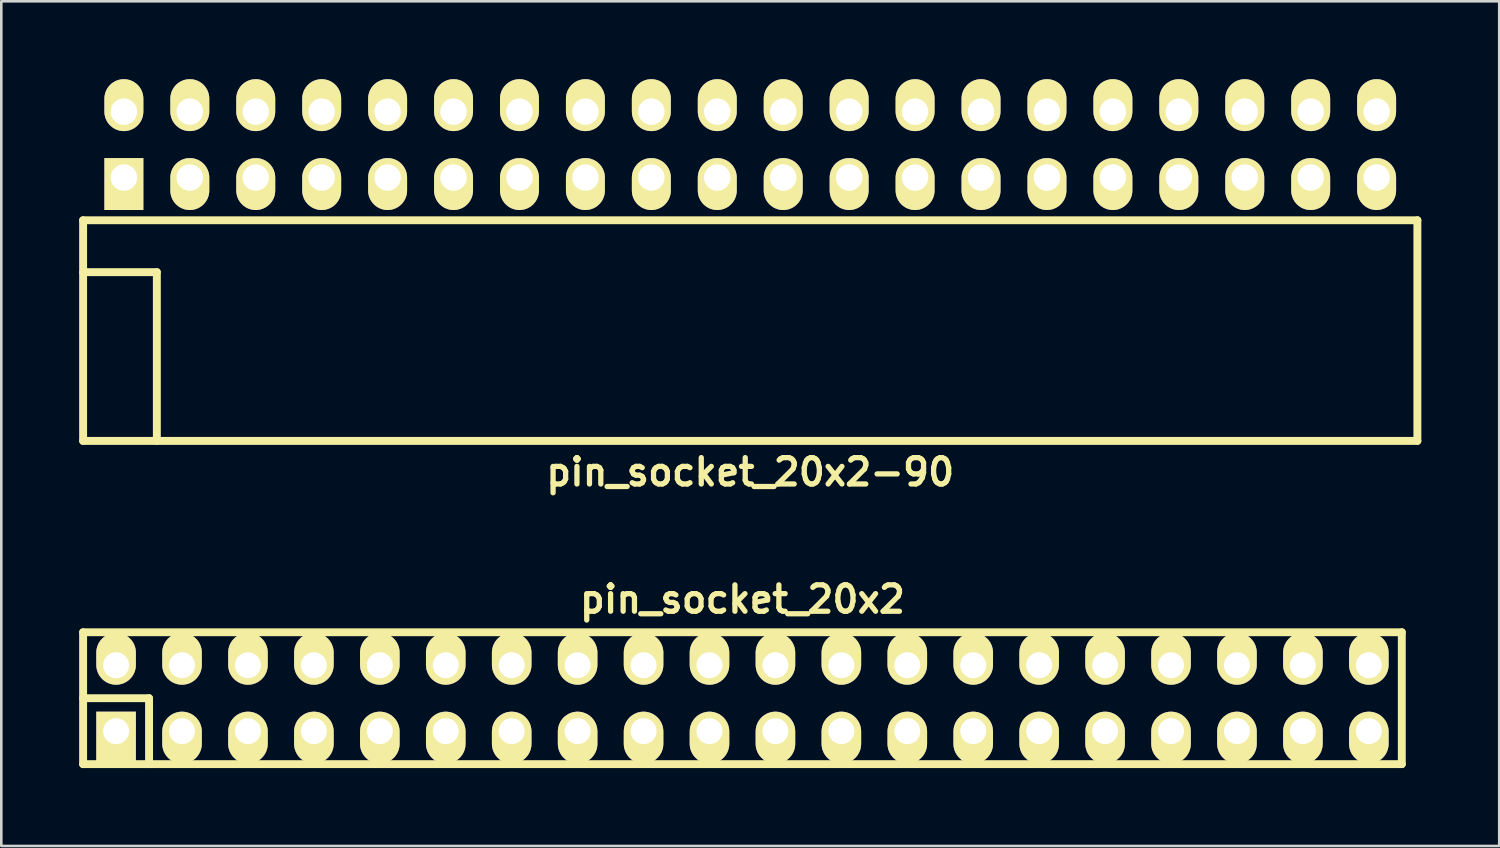
<source format=kicad_pcb>
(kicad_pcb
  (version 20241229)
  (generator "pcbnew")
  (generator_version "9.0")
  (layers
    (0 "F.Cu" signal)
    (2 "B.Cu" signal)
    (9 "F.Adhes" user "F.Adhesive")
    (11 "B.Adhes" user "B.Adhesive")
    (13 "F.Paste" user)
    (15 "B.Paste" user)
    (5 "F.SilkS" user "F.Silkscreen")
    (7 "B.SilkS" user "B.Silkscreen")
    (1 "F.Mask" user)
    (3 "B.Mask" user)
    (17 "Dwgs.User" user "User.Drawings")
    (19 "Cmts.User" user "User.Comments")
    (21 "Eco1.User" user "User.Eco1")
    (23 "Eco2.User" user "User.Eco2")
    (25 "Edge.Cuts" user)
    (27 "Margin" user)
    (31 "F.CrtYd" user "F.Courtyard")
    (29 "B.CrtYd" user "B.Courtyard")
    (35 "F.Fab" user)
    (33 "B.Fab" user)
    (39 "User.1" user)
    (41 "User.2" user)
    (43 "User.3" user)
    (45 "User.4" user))
  (footprint "pin_socket_20x2-90"
    (layer "F.Cu")
    (at 25.852 7.435)
    (property "Reference" "pin_socket_20x2-90" (at 0 7.7 0) (layer "F.SilkS") (effects (font (size 1.016 1.016) (thickness 0.203))))
    (attr through_hole)
    (fp_line (start -25.7 -2) (end -25.7 6.5) (stroke (width 0.305) (type solid)) (layer "F.SilkS"))
    (fp_line (start -25.7 -2) (end 25.7 -2) (stroke (width 0.305) (type solid)) (layer "F.SilkS"))
    (fp_line (start -25.7 0) (end -22.86 0) (stroke (width 0.305) (type solid)) (layer "F.SilkS"))
    (fp_line (start -25.7 6.5) (end 25.7 6.5) (stroke (width 0.305) (type solid)) (layer "F.SilkS"))
    (fp_line (start -22.86 0) (end -22.86 6.5) (stroke (width 0.305) (type solid)) (layer "F.SilkS"))
    (fp_line (start 25.7 -2) (end 25.7 6.5) (stroke (width 0.305) (type solid)) (layer "F.SilkS"))
    (pad "1" thru_hole rect (at -24.13 -3.645) (size 1.5 2) (drill 1.02 (offset 0 0.25)) (layers "*.Cu" "*.Mask" "F.SilkS"))
    (pad "2" thru_hole oval (at -24.13 -6.185) (size 1.5 2) (drill 1.02 (offset 0 -0.25)) (layers "*.Cu" "*.Mask" "F.SilkS"))
    (pad "3" thru_hole oval (at -21.59 -3.645) (size 1.5 2) (drill 1.02 (offset 0 0.25)) (layers "*.Cu" "*.Mask" "F.SilkS"))
    (pad "4" thru_hole oval (at -21.59 -6.185) (size 1.5 2) (drill 1.02 (offset 0 -0.25)) (layers "*.Cu" "*.Mask" "F.SilkS"))
    (pad "5" thru_hole oval (at -19.05 -3.645) (size 1.5 2) (drill 1.02 (offset 0 0.25)) (layers "*.Cu" "*.Mask" "F.SilkS"))
    (pad "6" thru_hole oval (at -19.05 -6.185) (size 1.5 2) (drill 1.02 (offset 0 -0.25)) (layers "*.Cu" "*.Mask" "F.SilkS"))
    (pad "7" thru_hole oval (at -16.51 -3.645) (size 1.5 2) (drill 1.02 (offset 0 0.25)) (layers "*.Cu" "*.Mask" "F.SilkS"))
    (pad "8" thru_hole oval (at -16.51 -6.185) (size 1.5 2) (drill 1.02 (offset 0 -0.25)) (layers "*.Cu" "*.Mask" "F.SilkS"))
    (pad "9" thru_hole oval (at -13.97 -3.645) (size 1.5 2) (drill 1.02 (offset 0 0.25)) (layers "*.Cu" "*.Mask" "F.SilkS"))
    (pad "10" thru_hole oval (at -13.97 -6.185) (size 1.5 2) (drill 1.02 (offset 0 -0.25)) (layers "*.Cu" "*.Mask" "F.SilkS"))
    (pad "11" thru_hole oval (at -11.43 -3.645) (size 1.5 2) (drill 1.02 (offset 0 0.25)) (layers "*.Cu" "*.Mask" "F.SilkS"))
    (pad "12" thru_hole oval (at -11.43 -6.185) (size 1.5 2) (drill 1.02 (offset 0 -0.25)) (layers "*.Cu" "*.Mask" "F.SilkS"))
    (pad "13" thru_hole oval (at -8.89 -3.645) (size 1.5 2) (drill 1.02 (offset 0 0.25)) (layers "*.Cu" "*.Mask" "F.SilkS"))
    (pad "14" thru_hole oval (at -8.89 -6.185) (size 1.5 2) (drill 1.02 (offset 0 -0.25)) (layers "*.Cu" "*.Mask" "F.SilkS"))
    (pad "15" thru_hole oval (at -6.35 -3.645) (size 1.5 2) (drill 1.02 (offset 0 0.25)) (layers "*.Cu" "*.Mask" "F.SilkS"))
    (pad "16" thru_hole oval (at -6.35 -6.185) (size 1.5 2) (drill 1.02 (offset 0 -0.25)) (layers "*.Cu" "*.Mask" "F.SilkS"))
    (pad "17" thru_hole oval (at -3.81 -3.645) (size 1.5 2) (drill 1.02 (offset 0 0.25)) (layers "*.Cu" "*.Mask" "F.SilkS"))
    (pad "18" thru_hole oval (at -3.81 -6.185) (size 1.5 2) (drill 1.02 (offset 0 -0.25)) (layers "*.Cu" "*.Mask" "F.SilkS"))
    (pad "19" thru_hole oval (at -1.27 -3.645) (size 1.5 2) (drill 1.02 (offset 0 0.25)) (layers "*.Cu" "*.Mask" "F.SilkS"))
    (pad "20" thru_hole oval (at -1.27 -6.185) (size 1.5 2) (drill 1.02 (offset 0 -0.25)) (layers "*.Cu" "*.Mask" "F.SilkS"))
    (pad "21" thru_hole oval (at 1.27 -3.645) (size 1.5 2) (drill 1.02 (offset 0 0.25)) (layers "*.Cu" "*.Mask" "F.SilkS"))
    (pad "22" thru_hole oval (at 1.27 -6.185) (size 1.5 2) (drill 1.02 (offset 0 -0.25)) (layers "*.Cu" "*.Mask" "F.SilkS"))
    (pad "23" thru_hole oval (at 3.81 -3.645) (size 1.5 2) (drill 1.02 (offset 0 0.25)) (layers "*.Cu" "*.Mask" "F.SilkS"))
    (pad "24" thru_hole oval (at 3.81 -6.185) (size 1.5 2) (drill 1.02 (offset 0 -0.25)) (layers "*.Cu" "*.Mask" "F.SilkS"))
    (pad "25" thru_hole oval (at 6.35 -3.645) (size 1.5 2) (drill 1.02 (offset 0 0.25)) (layers "*.Cu" "*.Mask" "F.SilkS"))
    (pad "26" thru_hole oval (at 6.35 -6.185) (size 1.5 2) (drill 1.02 (offset 0 -0.25)) (layers "*.Cu" "*.Mask" "F.SilkS"))
    (pad "27" thru_hole oval (at 8.89 -3.645) (size 1.5 2) (drill 1.02 (offset 0 0.25)) (layers "*.Cu" "*.Mask" "F.SilkS"))
    (pad "28" thru_hole oval (at 8.89 -6.185) (size 1.5 2) (drill 1.02 (offset 0 -0.25)) (layers "*.Cu" "*.Mask" "F.SilkS"))
    (pad "29" thru_hole oval (at 11.43 -3.645) (size 1.5 2) (drill 1.02 (offset 0 0.25)) (layers "*.Cu" "*.Mask" "F.SilkS"))
    (pad "30" thru_hole oval (at 11.43 -6.185) (size 1.5 2) (drill 1.02 (offset 0 -0.25)) (layers "*.Cu" "*.Mask" "F.SilkS"))
    (pad "31" thru_hole oval (at 13.97 -3.645) (size 1.5 2) (drill 1.02 (offset 0 0.25)) (layers "*.Cu" "*.Mask" "F.SilkS"))
    (pad "32" thru_hole oval (at 13.97 -6.185) (size 1.5 2) (drill 1.02 (offset 0 -0.25)) (layers "*.Cu" "*.Mask" "F.SilkS"))
    (pad "33" thru_hole oval (at 16.51 -3.645) (size 1.5 2) (drill 1.02 (offset 0 0.25)) (layers "*.Cu" "*.Mask" "F.SilkS"))
    (pad "34" thru_hole oval (at 16.51 -6.185) (size 1.5 2) (drill 1.02 (offset 0 -0.25)) (layers "*.Cu" "*.Mask" "F.SilkS"))
    (pad "35" thru_hole oval (at 19.05 -3.645) (size 1.5 2) (drill 1.02 (offset 0 0.25)) (layers "*.Cu" "*.Mask" "F.SilkS"))
    (pad "36" thru_hole oval (at 19.05 -6.185) (size 1.5 2) (drill 1.02 (offset 0 -0.25)) (layers "*.Cu" "*.Mask" "F.SilkS"))
    (pad "37" thru_hole oval (at 21.59 -3.645) (size 1.5 2) (drill 1.02 (offset 0 0.25)) (layers "*.Cu" "*.Mask" "F.SilkS"))
    (pad "38" thru_hole oval (at 21.59 -6.185) (size 1.5 2) (drill 1.02 (offset 0 -0.25)) (layers "*.Cu" "*.Mask" "F.SilkS"))
    (pad "39" thru_hole oval (at 24.13 -3.645) (size 1.5 2) (drill 1.02 (offset 0 0.25)) (layers "*.Cu" "*.Mask" "F.SilkS"))
    (pad "40" thru_hole oval (at 24.13 -6.185) (size 1.5 2) (drill 1.02 (offset 0 -0.25)) (layers "*.Cu" "*.Mask" "F.SilkS")))
  (footprint "pin_socket_20x2"
    (layer "F.Cu")
    (at 25.552 23.847)
    (property "Reference" "pin_socket_20x2" (at 0 -3.81 0) (layer "F.SilkS") (effects (font (size 1.016 1.016) (thickness 0.203))))
    (attr through_hole)
    (fp_line (start -25.4 -2.54) (end -25.4 2.54) (stroke (width 0.305) (type solid)) (layer "F.SilkS"))
    (fp_line (start -25.4 -2.54) (end 25.4 -2.54) (stroke (width 0.305) (type solid)) (layer "F.SilkS"))
    (fp_line (start -25.4 0) (end -22.86 0) (stroke (width 0.305) (type solid)) (layer "F.SilkS"))
    (fp_line (start -22.86 0) (end -22.86 2.54) (stroke (width 0.305) (type solid)) (layer "F.SilkS"))
    (fp_line (start 25.4 2.54) (end -25.4 2.54) (stroke (width 0.305) (type solid)) (layer "F.SilkS"))
    (fp_line (start 25.4 2.54) (end 25.4 -2.54) (stroke (width 0.305) (type solid)) (layer "F.SilkS"))
    (pad "1" thru_hole rect (at -24.13 1.27) (size 1.524 1.999) (drill 1.001 (offset 0 0.249)) (layers "*.Cu" "*.Mask" "F.SilkS"))
    (pad "2" thru_hole oval (at -24.13 -1.27) (size 1.524 1.999) (drill 1.001 (offset 0 -0.249)) (layers "*.Cu" "*.Mask" "F.SilkS"))
    (pad "3" thru_hole oval (at -21.59 1.27) (size 1.524 1.999) (drill 1.001 (offset 0 0.249)) (layers "*.Cu" "*.Mask" "F.SilkS"))
    (pad "4" thru_hole oval (at -21.59 -1.27) (size 1.524 1.999) (drill 1.001 (offset 0 -0.249)) (layers "*.Cu" "*.Mask" "F.SilkS"))
    (pad "5" thru_hole oval (at -19.05 1.27) (size 1.524 1.999) (drill 1.001 (offset 0 0.249)) (layers "*.Cu" "*.Mask" "F.SilkS"))
    (pad "6" thru_hole oval (at -19.05 -1.27) (size 1.524 1.999) (drill 1.001 (offset 0 -0.249)) (layers "*.Cu" "*.Mask" "F.SilkS"))
    (pad "7" thru_hole oval (at -16.51 1.27) (size 1.524 1.999) (drill 1.001 (offset 0 0.249)) (layers "*.Cu" "*.Mask" "F.SilkS"))
    (pad "8" thru_hole oval (at -16.51 -1.27) (size 1.524 1.999) (drill 1.001 (offset 0 -0.249)) (layers "*.Cu" "*.Mask" "F.SilkS"))
    (pad "9" thru_hole oval (at -13.97 1.27) (size 1.524 1.999) (drill 1.001 (offset 0 0.249)) (layers "*.Cu" "*.Mask" "F.SilkS"))
    (pad "10" thru_hole oval (at -13.97 -1.27) (size 1.524 1.999) (drill 1.001 (offset 0 -0.249)) (layers "*.Cu" "*.Mask" "F.SilkS"))
    (pad "11" thru_hole oval (at -11.43 1.27) (size 1.524 1.999) (drill 1.001 (offset 0 0.249)) (layers "*.Cu" "*.Mask" "F.SilkS"))
    (pad "12" thru_hole oval (at -11.43 -1.27) (size 1.524 1.999) (drill 1.001 (offset 0 -0.249)) (layers "*.Cu" "*.Mask" "F.SilkS"))
    (pad "13" thru_hole oval (at -8.89 1.27) (size 1.524 1.999) (drill 1.001 (offset 0 0.249)) (layers "*.Cu" "*.Mask" "F.SilkS"))
    (pad "14" thru_hole oval (at -8.89 -1.27) (size 1.524 1.999) (drill 1.001 (offset 0 -0.249)) (layers "*.Cu" "*.Mask" "F.SilkS"))
    (pad "15" thru_hole oval (at -6.35 1.27) (size 1.524 1.999) (drill 1.001 (offset 0 0.249)) (layers "*.Cu" "*.Mask" "F.SilkS"))
    (pad "16" thru_hole oval (at -6.35 -1.27) (size 1.524 1.999) (drill 1.001 (offset 0 -0.249)) (layers "*.Cu" "*.Mask" "F.SilkS"))
    (pad "17" thru_hole oval (at -3.81 1.27) (size 1.524 1.999) (drill 1.001 (offset 0 0.249)) (layers "*.Cu" "*.Mask" "F.SilkS"))
    (pad "18" thru_hole oval (at -3.81 -1.27) (size 1.524 1.999) (drill 1.001 (offset 0 -0.249)) (layers "*.Cu" "*.Mask" "F.SilkS"))
    (pad "19" thru_hole oval (at -1.27 1.27) (size 1.524 1.999) (drill 1.001 (offset 0 0.249)) (layers "*.Cu" "*.Mask" "F.SilkS"))
    (pad "20" thru_hole oval (at -1.27 -1.27) (size 1.524 1.999) (drill 1.001 (offset 0 -0.249)) (layers "*.Cu" "*.Mask" "F.SilkS"))
    (pad "21" thru_hole oval (at 1.27 1.27) (size 1.524 1.999) (drill 1.001 (offset 0 0.249)) (layers "*.Cu" "*.Mask" "F.SilkS"))
    (pad "22" thru_hole oval (at 1.27 -1.27) (size 1.524 1.999) (drill 1.001 (offset 0 -0.249)) (layers "*.Cu" "*.Mask" "F.SilkS"))
    (pad "23" thru_hole oval (at 3.81 1.27) (size 1.524 1.999) (drill 1.001 (offset 0 0.249)) (layers "*.Cu" "*.Mask" "F.SilkS"))
    (pad "24" thru_hole oval (at 3.81 -1.27) (size 1.524 1.999) (drill 1.001 (offset 0 -0.249)) (layers "*.Cu" "*.Mask" "F.SilkS"))
    (pad "25" thru_hole oval (at 6.35 1.27) (size 1.524 1.999) (drill 1.001 (offset 0 0.249)) (layers "*.Cu" "*.Mask" "F.SilkS"))
    (pad "26" thru_hole oval (at 6.35 -1.27) (size 1.524 1.999) (drill 1.001 (offset 0 -0.249)) (layers "*.Cu" "*.Mask" "F.SilkS"))
    (pad "27" thru_hole oval (at 8.89 1.27) (size 1.524 1.999) (drill 1.001 (offset 0 0.249)) (layers "*.Cu" "*.Mask" "F.SilkS"))
    (pad "28" thru_hole oval (at 8.89 -1.27) (size 1.524 1.999) (drill 1.001 (offset 0 -0.249)) (layers "*.Cu" "*.Mask" "F.SilkS"))
    (pad "29" thru_hole oval (at 11.43 1.27) (size 1.524 1.999) (drill 1.001 (offset 0 0.249)) (layers "*.Cu" "*.Mask" "F.SilkS"))
    (pad "30" thru_hole oval (at 11.43 -1.27) (size 1.524 1.999) (drill 1.001 (offset 0 -0.249)) (layers "*.Cu" "*.Mask" "F.SilkS"))
    (pad "31" thru_hole oval (at 13.97 1.27) (size 1.524 1.999) (drill 1.001 (offset 0 0.249)) (layers "*.Cu" "*.Mask" "F.SilkS"))
    (pad "32" thru_hole oval (at 13.97 -1.27) (size 1.524 1.999) (drill 1.001 (offset 0 -0.249)) (layers "*.Cu" "*.Mask" "F.SilkS"))
    (pad "33" thru_hole oval (at 16.51 1.27) (size 1.524 1.999) (drill 1.001 (offset 0 0.249)) (layers "*.Cu" "*.Mask" "F.SilkS"))
    (pad "34" thru_hole oval (at 16.51 -1.27) (size 1.524 1.999) (drill 1.001 (offset 0 -0.249)) (layers "*.Cu" "*.Mask" "F.SilkS"))
    (pad "35" thru_hole oval (at 19.05 1.27) (size 1.524 1.999) (drill 1.001 (offset 0 0.249)) (layers "*.Cu" "*.Mask" "F.SilkS"))
    (pad "36" thru_hole oval (at 19.05 -1.27) (size 1.524 1.999) (drill 1.001 (offset 0 -0.249)) (layers "*.Cu" "*.Mask" "F.SilkS"))
    (pad "37" thru_hole oval (at 21.59 1.27) (size 1.524 1.999) (drill 1.001 (offset 0 0.249)) (layers "*.Cu" "*.Mask" "F.SilkS"))
    (pad "38" thru_hole oval (at 21.59 -1.27) (size 1.524 1.999) (drill 1.001 (offset 0 -0.249)) (layers "*.Cu" "*.Mask" "F.SilkS"))
    (pad "39" thru_hole oval (at 24.13 1.27) (size 1.524 1.999) (drill 1.001 (offset 0 0.249)) (layers "*.Cu" "*.Mask" "F.SilkS"))
    (pad "40" thru_hole oval (at 24.13 -1.27) (size 1.524 1.999) (drill 1.001 (offset 0 -0.249)) (layers "*.Cu" "*.Mask" "F.SilkS")))
  (gr_rect
    (start -3 -3)
    (end 54.705 29.539)
    (stroke (width 0.1) (type default))
    (fill no)
    (layer "Edge.Cuts")))
</source>
